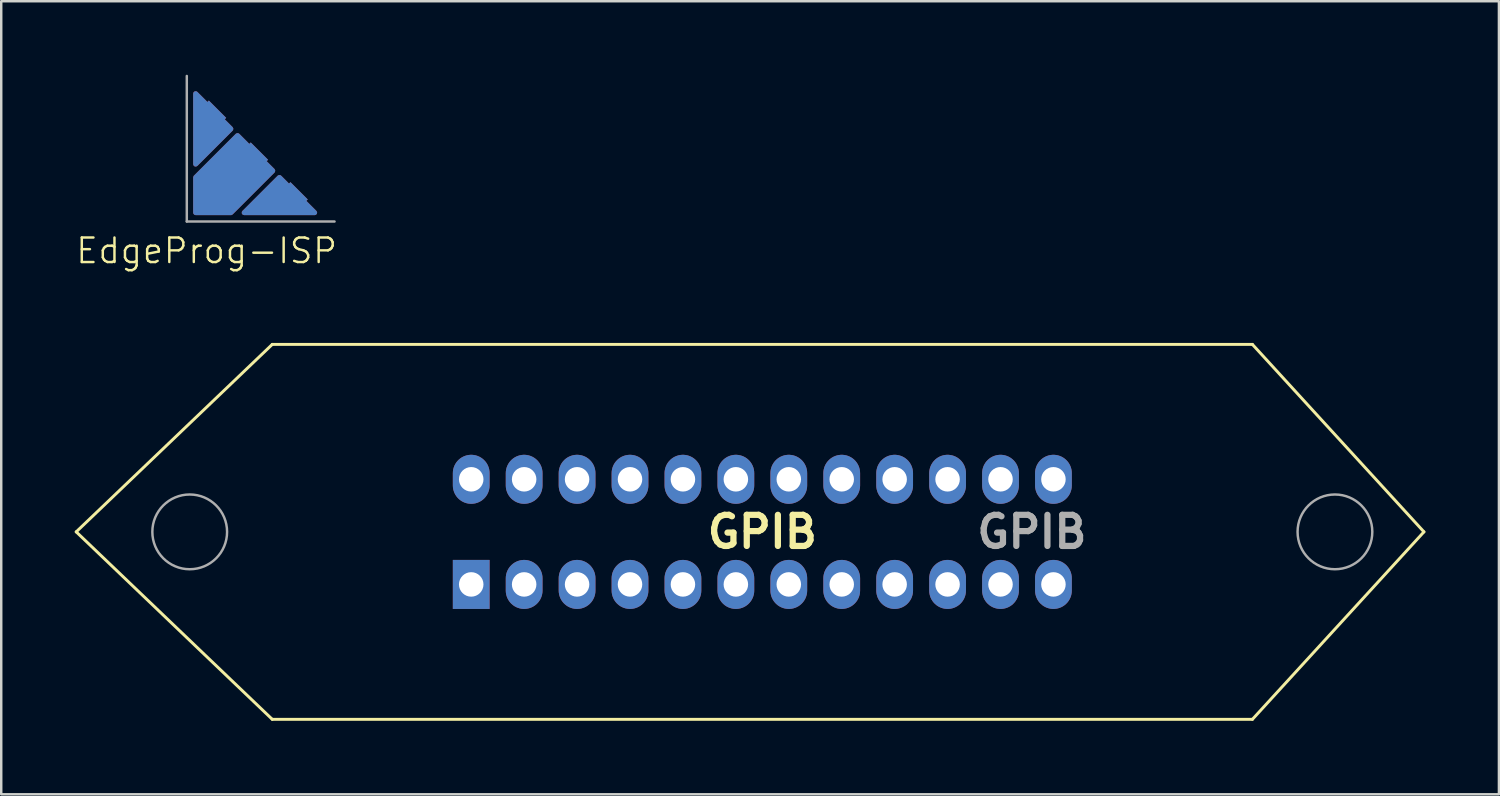
<source format=kicad_pcb>
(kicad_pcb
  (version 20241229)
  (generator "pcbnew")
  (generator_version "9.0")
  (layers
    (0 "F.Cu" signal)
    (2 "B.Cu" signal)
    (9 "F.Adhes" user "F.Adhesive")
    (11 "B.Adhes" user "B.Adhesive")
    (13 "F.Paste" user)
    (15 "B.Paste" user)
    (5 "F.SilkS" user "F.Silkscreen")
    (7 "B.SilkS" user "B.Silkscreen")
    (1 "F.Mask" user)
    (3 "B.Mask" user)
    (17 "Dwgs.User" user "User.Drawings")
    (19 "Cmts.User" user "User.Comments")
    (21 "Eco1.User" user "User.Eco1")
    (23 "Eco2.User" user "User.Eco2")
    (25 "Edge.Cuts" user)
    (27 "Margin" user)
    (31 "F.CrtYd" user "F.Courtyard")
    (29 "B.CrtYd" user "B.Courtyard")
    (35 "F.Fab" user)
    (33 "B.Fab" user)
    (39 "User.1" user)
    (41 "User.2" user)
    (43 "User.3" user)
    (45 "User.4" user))
  (footprint "EdgeProg-ISP"
    (layer "F.Cu")
    (at 29.773 5.99)
    (property "Reference" "EdgeProg-ISP" (at -24.39 1.195 0) (unlocked yes) (layer "F.SilkS") (effects (font (size 1 1) (thickness 0.1))))
    (attr smd exclude_from_pos_files exclude_from_bom)
    (fp_line (start -25.2 -5.94) (end -25.2 0) (stroke (width 0.1) (type default)) (layer "F.Fab"))
    (fp_line (start -25.2 0) (end -19.17 0) (stroke (width 0.1) (type default)) (layer "F.Fab"))
    (pad "1" smd custom (at -20.97 -0.9 45) (size 1 1) (layers "F.Cu" "F.Mask") (options (anchor circle)) (primitives (gr_poly (pts (xy -0.5 -0.5) (xy 0.5 -0.5) (xy 0.5 0.5) (xy -0.3 0.5) (xy -0.5 0.3)) (width 0) (fill yes)) (gr_poly (pts (xy -1.718 -0.955) (xy 0.318 -0.955) (xy 0.318 0.955) (xy 0.318 1.082) (xy -1.464 -0.7)) (width 0.2) (fill yes))))
    (pad "2" smd custom (at -20.97 -0.9 315) (size 1 1) (layers "B.Cu" "B.Mask") (options (anchor circle)) (primitives (gr_poly (pts (xy -0.5 -0.5) (xy 0.5 -0.5) (xy 0.5 0.3) (xy 0.3 0.5) (xy -0.5 0.5)) (width 0) (fill yes)) (gr_poly (pts (xy -0.955 1.718) (xy -0.955 -0.318) (xy 1.082 -0.318)) (width 0.2) (fill yes))))
    (pad "3" smd custom (at -22.59 -2.52 45) (size 1 1) (layers "F.Cu" "F.Mask") (options (anchor circle)) (primitives (gr_poly (pts (xy -0.5 -0.3) (xy -0.3 -0.5) (xy 0.5 -0.5) (xy 0.5 0.5) (xy -0.5 0.5)) (width 0) (fill yes)) (gr_poly (pts (xy -3.118 -0.064) (xy -2.1 -1.082) (xy 0.318 -1.082) (xy 0.318 0.955) (xy -2.1 0.955)) (width 0.2) (fill yes))))
    (pad "4" smd custom (at -22.59 -2.52 315) (size 1 1) (layers "B.Cu" "B.Mask") (options (anchor circle)) (primitives (gr_poly (pts (xy -0.5 -0.5) (xy 0.5 -0.5) (xy 0.5 0.5) (xy -0.5 0.5)) (width 0) (fill yes)) (gr_poly (pts (xy -0.064 3.118) (xy -1.082 2.1) (xy -1.082 -0.318) (xy 0.955 -0.318) (xy 0.955 2.1)) (width 0.2) (fill yes))))
    (pad "5" smd custom (at -24.3 -4.23 45) (size 1 1) (layers "F.Cu" "F.Mask") (options (anchor circle)) (primitives (gr_poly (pts (xy -0.5 -0.3) (xy -0.3 -0.5) (xy 0.5 -0.5) (xy 0.5 0.5) (xy -0.5 0.5)) (width 0) (fill yes)) (gr_poly (pts (xy -1.718 0.955) (xy 0.318 0.955) (xy 0.318 -1.082)) (width 0.2) (fill yes))))
    (pad "6" smd custom (at -24.3 -4.23 315) (size 1 1) (layers "B.Cu" "B.Mask") (options (anchor circle)) (primitives (gr_poly (pts (xy -0.5 -0.5) (xy 0.5 -0.5) (xy 0.5 0.5) (xy -0.3 0.5) (xy -0.5 0.3)) (width 0) (fill yes)) (gr_poly (pts (xy 0.955 1.718) (xy -1.082 -0.318) (xy 0.955 -0.318)) (width 0.2) (fill yes)))))
  (footprint "GPIB"
    (layer "F.Cu")
    (at 28.06 18.655)
    (property "Reference" "GPIB" (at 0 0 0) (layer "F.SilkS") (effects (font (size 1.27 1.27) (thickness 0.254))))
    (attr through_hole exclude_from_pos_files exclude_from_bom)
    (fp_line (start -28 0) (end -20 7.65) (stroke (width 0.12) (type default)) (layer "F.SilkS"))
    (fp_line (start -20 -7.65) (end -28 0) (stroke (width 0.12) (type default)) (layer "F.SilkS"))
    (fp_line (start -20 -7.65) (end 20 -7.65) (stroke (width 0.12) (type default)) (layer "F.SilkS"))
    (fp_line (start 20 -7.65) (end 27 0) (stroke (width 0.12) (type default)) (layer "F.SilkS"))
    (fp_line (start 20 7.65) (end -20 7.65) (stroke (width 0.12) (type default)) (layer "F.SilkS"))
    (fp_line (start 27 0) (end 20 7.65) (stroke (width 0.12) (type default)) (layer "F.SilkS"))
    (fp_circle (center -23.368 0) (end -21.843 0) (stroke (width 0.1) (type default)) (fill no) (layer "F.Fab"))
    (fp_circle (center 23.368 0) (end 24.893 0) (stroke (width 0.1) (type default)) (fill no) (layer "F.Fab"))
    (fp_text user "${REFERENCE}" (at 11 0 0) (layer "F.Fab") (effects (font (size 1.27 1.27) (thickness 0.254))))
    (pad "1" thru_hole rect (at -11.88 2.145) (size 1.5 2) (drill 1) (layers "*.Cu" "*.Mask"))
    (pad "2" thru_hole oval (at -11.88 -2.145) (size 1.5 2) (drill 1) (layers "*.Cu" "*.Mask"))
    (pad "3" thru_hole oval (at -9.72 2.145) (size 1.5 2) (drill 1) (layers "*.Cu" "*.Mask"))
    (pad "4" thru_hole oval (at -9.72 -2.145) (size 1.5 2) (drill 1) (layers "*.Cu" "*.Mask"))
    (pad "5" thru_hole oval (at -7.56 2.145) (size 1.5 2) (drill 1) (layers "*.Cu" "*.Mask"))
    (pad "6" thru_hole oval (at -7.56 -2.145) (size 1.5 2) (drill 1) (layers "*.Cu" "*.Mask"))
    (pad "7" thru_hole oval (at -5.4 2.145) (size 1.5 2) (drill 1) (layers "*.Cu" "*.Mask"))
    (pad "8" thru_hole oval (at -5.4 -2.145) (size 1.5 2) (drill 1) (layers "*.Cu" "*.Mask"))
    (pad "9" thru_hole oval (at -3.24 2.145) (size 1.5 2) (drill 1) (layers "*.Cu" "*.Mask"))
    (pad "10" thru_hole oval (at -3.24 -2.145) (size 1.5 2) (drill 1) (layers "*.Cu" "*.Mask"))
    (pad "11" thru_hole oval (at -1.08 2.145) (size 1.5 2) (drill 1) (layers "*.Cu" "*.Mask"))
    (pad "12" thru_hole oval (at -1.08 -2.145) (size 1.5 2) (drill 1) (layers "*.Cu" "*.Mask"))
    (pad "13" thru_hole oval (at 1.08 2.145) (size 1.5 2) (drill 1) (layers "*.Cu" "*.Mask"))
    (pad "14" thru_hole oval (at 1.08 -2.145) (size 1.5 2) (drill 1) (layers "*.Cu" "*.Mask"))
    (pad "15" thru_hole oval (at 3.24 2.145) (size 1.5 2) (drill 1) (layers "*.Cu" "*.Mask"))
    (pad "16" thru_hole oval (at 3.24 -2.145) (size 1.5 2) (drill 1) (layers "*.Cu" "*.Mask"))
    (pad "17" thru_hole oval (at 5.4 2.145) (size 1.5 2) (drill 1) (layers "*.Cu" "*.Mask"))
    (pad "18" thru_hole oval (at 5.4 -2.145) (size 1.5 2) (drill 1) (layers "*.Cu" "*.Mask"))
    (pad "19" thru_hole oval (at 7.56 2.145) (size 1.5 2) (drill 1) (layers "*.Cu" "*.Mask"))
    (pad "20" thru_hole oval (at 7.56 -2.145) (size 1.5 2) (drill 1) (layers "*.Cu" "*.Mask"))
    (pad "21" thru_hole oval (at 9.72 2.145) (size 1.5 2) (drill 1) (layers "*.Cu" "*.Mask"))
    (pad "22" thru_hole oval (at 9.72 -2.145) (size 1.5 2) (drill 1) (layers "*.Cu" "*.Mask"))
    (pad "23" thru_hole oval (at 11.88 2.145) (size 1.5 2) (drill 1) (layers "*.Cu" "*.Mask"))
    (pad "24" thru_hole oval (at 11.88 -2.145) (size 1.5 2) (drill 1) (layers "*.Cu" "*.Mask")))
  (gr_rect
    (start -3 -3)
    (end 58.12 29.365)
    (stroke (width 0.1) (type default))
    (fill no)
    (layer "Edge.Cuts")))
</source>
